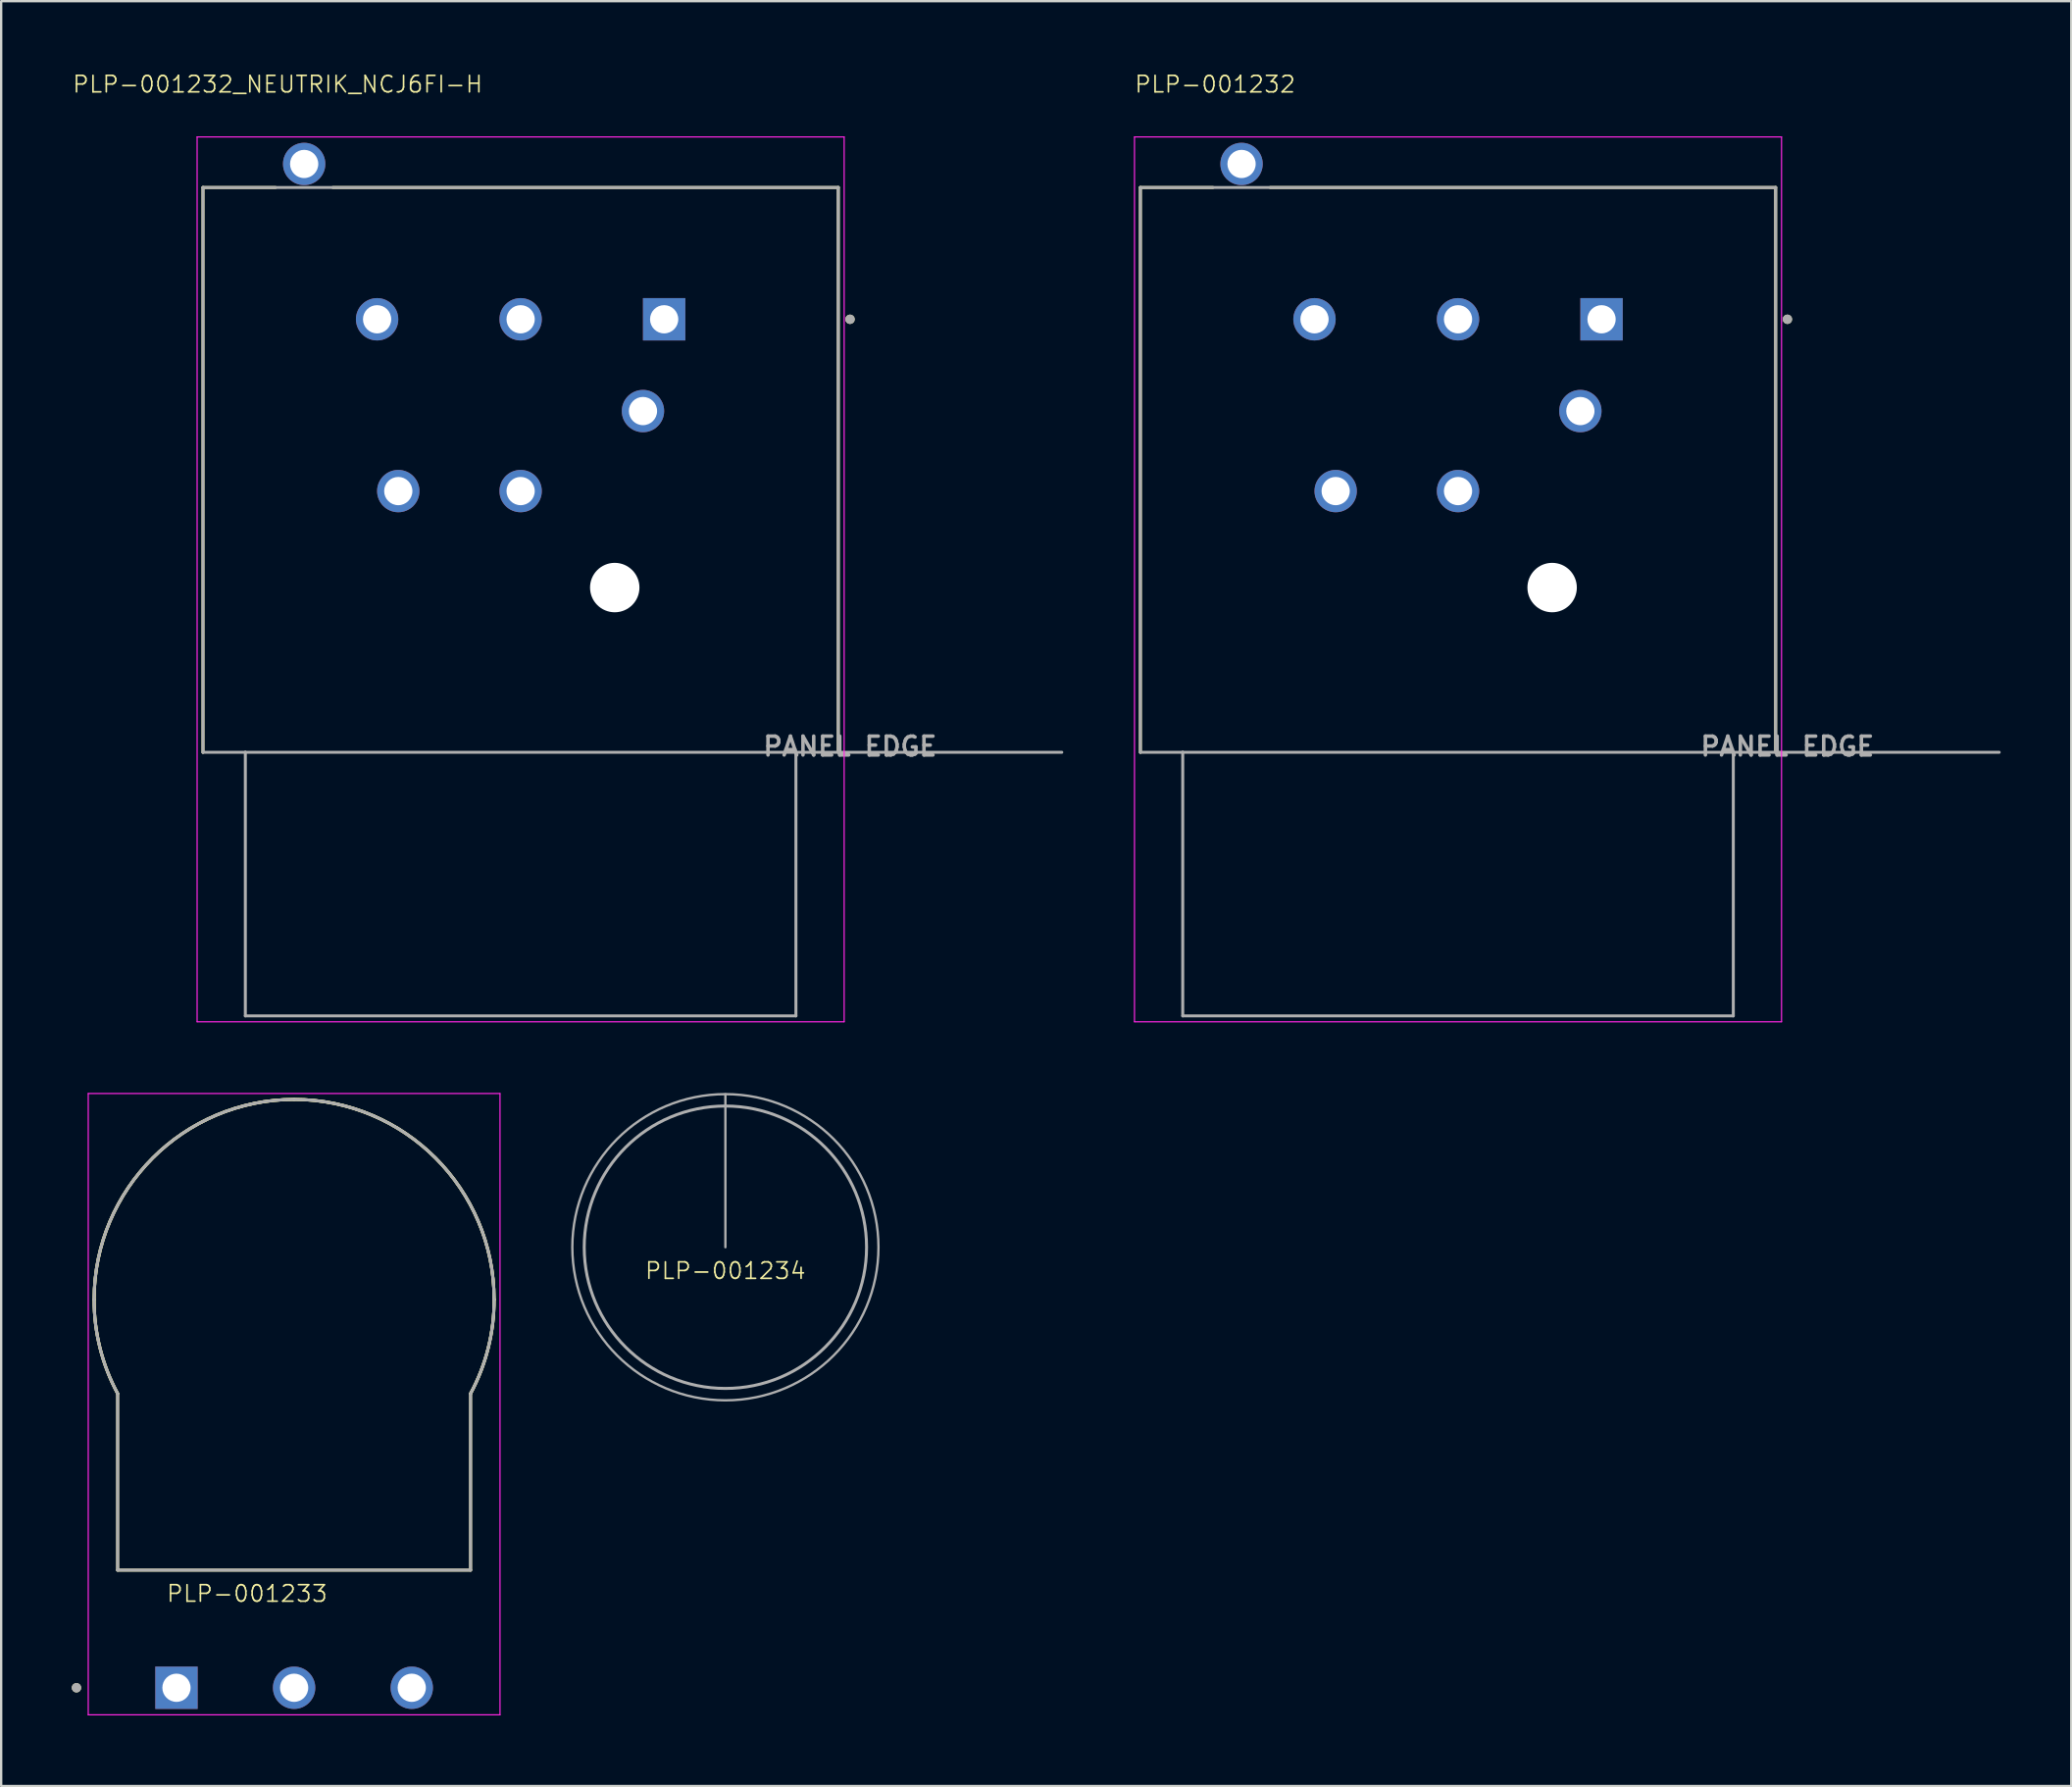
<source format=kicad_pcb>
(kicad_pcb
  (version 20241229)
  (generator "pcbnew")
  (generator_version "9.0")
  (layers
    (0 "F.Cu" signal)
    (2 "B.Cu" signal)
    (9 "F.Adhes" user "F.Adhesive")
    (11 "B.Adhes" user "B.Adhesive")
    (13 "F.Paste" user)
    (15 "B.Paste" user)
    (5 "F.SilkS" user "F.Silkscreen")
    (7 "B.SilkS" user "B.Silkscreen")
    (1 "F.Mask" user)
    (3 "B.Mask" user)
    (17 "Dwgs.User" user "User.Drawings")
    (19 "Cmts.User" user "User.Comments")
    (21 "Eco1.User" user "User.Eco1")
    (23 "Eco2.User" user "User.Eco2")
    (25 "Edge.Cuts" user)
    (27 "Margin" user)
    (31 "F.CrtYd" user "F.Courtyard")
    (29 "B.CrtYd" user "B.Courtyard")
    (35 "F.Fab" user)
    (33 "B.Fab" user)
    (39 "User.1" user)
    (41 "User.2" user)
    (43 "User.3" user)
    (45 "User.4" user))
  (footprint "PLP-001232_NEUTRIK_NCJ6FI-H"
    (layer "F.Cu")
    (at 19.077 28.917)
    (property "Reference" "PLP-001232_NEUTRIK_NCJ6FI-H" (at -10.325 -28.385 0) (layer "F.SilkS") (effects (font (size 0.7 0.7) (thickness 0.07))))
    (attr through_hole)
    (fp_line (start -13.5 -24) (end -10.42 -24) (stroke (width 0.127) (type solid)) (layer "F.SilkS"))
    (fp_line (start -13.5 0) (end -13.5 -24) (stroke (width 0.127) (type solid)) (layer "F.SilkS"))
    (fp_line (start -7.98 -24) (end 13.5 -24) (stroke (width 0.127) (type solid)) (layer "F.SilkS"))
    (fp_line (start 13.5 -24) (end 13.5 0) (stroke (width 0.127) (type solid)) (layer "F.SilkS"))
    (fp_circle (center 14 -18.4) (end 14.1 -18.4) (stroke (width 0.2) (type solid)) (fill no) (layer "F.SilkS"))
    (fp_line (start -13.75 -26.15) (end -13.75 11.45) (stroke (width 0.05) (type solid)) (layer "F.CrtYd"))
    (fp_line (start -13.75 11.45) (end 13.75 11.45) (stroke (width 0.05) (type solid)) (layer "F.CrtYd"))
    (fp_line (start 13.75 -26.15) (end -13.75 -26.15) (stroke (width 0.05) (type solid)) (layer "F.CrtYd"))
    (fp_line (start 13.75 11.45) (end 13.75 -26.15) (stroke (width 0.05) (type solid)) (layer "F.CrtYd"))
    (fp_line (start -13.5 -24) (end 13.5 -24) (stroke (width 0.127) (type solid)) (layer "F.Fab"))
    (fp_line (start -13.5 0) (end -13.5 -24) (stroke (width 0.127) (type solid)) (layer "F.Fab"))
    (fp_line (start -13.5 0) (end -11.7 0) (stroke (width 0.127) (type solid)) (layer "F.Fab"))
    (fp_line (start -11.7 0) (end -11.7 11.2) (stroke (width 0.127) (type solid)) (layer "F.Fab"))
    (fp_line (start -11.7 0) (end 11.7 0) (stroke (width 0.127) (type solid)) (layer "F.Fab"))
    (fp_line (start 11.7 0) (end 11.7 11.2) (stroke (width 0.127) (type solid)) (layer "F.Fab"))
    (fp_line (start 11.7 0) (end 13.5 0) (stroke (width 0.127) (type solid)) (layer "F.Fab"))
    (fp_line (start 11.7 11.2) (end -11.7 11.2) (stroke (width 0.127) (type solid)) (layer "F.Fab"))
    (fp_line (start 13.5 -24) (end 13.5 0) (stroke (width 0.127) (type solid)) (layer "F.Fab"))
    (fp_line (start 13.5 0) (end 23 0) (stroke (width 0.127) (type solid)) (layer "F.Fab"))
    (fp_circle (center 14 -18.4) (end 14.1 -18.4) (stroke (width 0.2) (type solid)) (fill no) (layer "F.Fab"))
    (fp_text user "PANEL EDGE" (at 14 -0.25 0) (layer "F.Fab") (effects (font (size 0.8 0.8) (thickness 0.15))))
    (pad "" np_thru_hole circle (at 4 -7) (size 2.1 2.1) (drill 2.1) (layers "*.Cu" "*.Mask"))
    (pad "1" thru_hole rect (at 6.1 -18.4) (size 1.8 1.8) (drill 1.2) (layers "*.Cu" "*.Mask"))
    (pad "2" thru_hole circle (at -6.1 -18.4) (size 1.8 1.8) (drill 1.2) (layers "*.Cu" "*.Mask"))
    (pad "3" thru_hole circle (at 0 -18.4) (size 1.8 1.8) (drill 1.2) (layers "*.Cu" "*.Mask"))
    (pad "G" thru_hole circle (at 0 -11.1) (size 1.8 1.8) (drill 1.2) (layers "*.Cu" "*.Mask"))
    (pad "R" thru_hole circle (at 5.2 -14.5) (size 1.8 1.8) (drill 1.2) (layers "*.Cu" "*.Mask"))
    (pad "S" thru_hole circle (at -5.2 -11.1) (size 1.8 1.8) (drill 1.2) (layers "*.Cu" "*.Mask"))
    (pad "T" thru_hole circle (at -9.2 -25) (size 1.8 1.8) (drill 1.2) (layers "*.Cu" "*.Mask")))
  (footprint "PLP-001234"
    (layer "F.Cu")
    (at 27.78 49.948)
    (property "Reference" "PLP-001234" (at 0 1 0) (layer "F.SilkS") (effects (font (size 0.7 0.7) (thickness 0.07))))
    (attr through_hole exclude_from_pos_files)
    (fp_line (start 0 -6.5) (end -0.000001 -0.000001) (stroke (width 0.1) (type solid)) (layer "F.Fab"))
    (fp_arc (start -6.000001 -0.000001) (mid 5.999999 -0.000001) (end -6.000001 -0.000001) (stroke (width 0.127) (type solid)) (layer "F.Fab"))
    (fp_circle (center -0.000001 -0.000001) (end 5.73 -3.08) (stroke (width 0.1) (type default)) (fill no) (layer "F.Fab")))
  (footprint "PLP-001232"
    (layer "F.Cu")
    (at 58.917 28.917)
    (property "Reference" "PLP-001232" (at -10.325 -28.385 0) (layer "F.SilkS") (effects (font (size 0.7 0.7) (thickness 0.07))))
    (attr through_hole)
    (fp_line (start -13.5 -24) (end -10.42 -24) (stroke (width 0.127) (type solid)) (layer "F.SilkS"))
    (fp_line (start -13.5 0) (end -13.5 -24) (stroke (width 0.127) (type solid)) (layer "F.SilkS"))
    (fp_line (start -7.98 -24) (end 13.5 -24) (stroke (width 0.127) (type solid)) (layer "F.SilkS"))
    (fp_line (start 13.5 -24) (end 13.5 0) (stroke (width 0.127) (type solid)) (layer "F.SilkS"))
    (fp_circle (center 14 -18.4) (end 14.1 -18.4) (stroke (width 0.2) (type solid)) (fill no) (layer "F.SilkS"))
    (fp_line (start -13.75 -26.15) (end -13.75 11.45) (stroke (width 0.05) (type solid)) (layer "F.CrtYd"))
    (fp_line (start -13.75 11.45) (end 13.75 11.45) (stroke (width 0.05) (type solid)) (layer "F.CrtYd"))
    (fp_line (start 13.75 -26.15) (end -13.75 -26.15) (stroke (width 0.05) (type solid)) (layer "F.CrtYd"))
    (fp_line (start 13.75 11.45) (end 13.75 -26.15) (stroke (width 0.05) (type solid)) (layer "F.CrtYd"))
    (fp_line (start -13.5 -24) (end 13.5 -24) (stroke (width 0.127) (type solid)) (layer "F.Fab"))
    (fp_line (start -13.5 0) (end -13.5 -24) (stroke (width 0.127) (type solid)) (layer "F.Fab"))
    (fp_line (start -13.5 0) (end -11.7 0) (stroke (width 0.127) (type solid)) (layer "F.Fab"))
    (fp_line (start -11.7 0) (end -11.7 11.2) (stroke (width 0.127) (type solid)) (layer "F.Fab"))
    (fp_line (start -11.7 0) (end 11.7 0) (stroke (width 0.127) (type solid)) (layer "F.Fab"))
    (fp_line (start 11.7 0) (end 11.7 11.2) (stroke (width 0.127) (type solid)) (layer "F.Fab"))
    (fp_line (start 11.7 0) (end 13.5 0) (stroke (width 0.127) (type solid)) (layer "F.Fab"))
    (fp_line (start 11.7 11.2) (end -11.7 11.2) (stroke (width 0.127) (type solid)) (layer "F.Fab"))
    (fp_line (start 13.5 -24) (end 13.5 0) (stroke (width 0.127) (type solid)) (layer "F.Fab"))
    (fp_line (start 13.5 0) (end 23 0) (stroke (width 0.127) (type solid)) (layer "F.Fab"))
    (fp_circle (center 14 -18.4) (end 14.1 -18.4) (stroke (width 0.2) (type solid)) (fill no) (layer "F.Fab"))
    (fp_text user "PANEL EDGE" (at 14 -0.25 0) (layer "F.Fab") (effects (font (size 0.8 0.8) (thickness 0.15))))
    (pad "" np_thru_hole circle (at 4 -7) (size 2.1 2.1) (drill 2.1) (layers "*.Cu" "*.Mask"))
    (pad "1" thru_hole rect (at 6.1 -18.4) (size 1.8 1.8) (drill 1.2) (layers "*.Cu" "*.Mask"))
    (pad "2" thru_hole circle (at -6.1 -18.4) (size 1.8 1.8) (drill 1.2) (layers "*.Cu" "*.Mask"))
    (pad "3" thru_hole circle (at 0 -18.4) (size 1.8 1.8) (drill 1.2) (layers "*.Cu" "*.Mask"))
    (pad "G" thru_hole circle (at 0 -11.1) (size 1.8 1.8) (drill 1.2) (layers "*.Cu" "*.Mask"))
    (pad "R" thru_hole circle (at 5.2 -14.5) (size 1.8 1.8) (drill 1.2) (layers "*.Cu" "*.Mask"))
    (pad "S" thru_hole circle (at -5.2 -11.1) (size 1.8 1.8) (drill 1.2) (layers "*.Cu" "*.Mask"))
    (pad "T" thru_hole circle (at -9.2 -25) (size 1.8 1.8) (drill 1.2) (layers "*.Cu" "*.Mask")))
  (footprint "PLP-001233"
    (layer "F.Cu")
    (at 4.45 68.667)
    (property "Reference" "PLP-001233" (at 3 -4 0) (layer "F.SilkS") (effects (font (size 0.7 0.7) (thickness 0.07))))
    (attr through_hole)
    (fp_line (start -2.5 -12.5) (end -2.5 -5) (stroke (width 0.127) (type solid)) (layer "F.SilkS"))
    (fp_line (start -2.5 -5) (end 12.5 -5) (stroke (width 0.127) (type solid)) (layer "F.SilkS"))
    (fp_line (start 12.5 -5) (end 12.5 -12.5) (stroke (width 0.127) (type solid)) (layer "F.SilkS"))
    (fp_arc (start -3.5 -16.5) (mid -1.010408 -22.510408) (end 5 -25) (stroke (width 0.127) (type solid)) (layer "F.SilkS"))
    (fp_arc (start -3.5 -16.5) (mid -1.010408 -22.510408) (end 5 -25) (stroke (width 0.127) (type solid)) (layer "F.SilkS"))
    (fp_arc (start -2.5 -12.5) (mid -3.249999 -14.4375) (end -3.5 -16.5) (stroke (width 0.127) (type solid)) (layer "F.SilkS"))
    (fp_arc (start -2.5 -12.5) (mid -3.249999 -14.4375) (end -3.5 -16.5) (stroke (width 0.127) (type solid)) (layer "F.SilkS"))
    (fp_arc (start 5 -25) (mid 11.010408 -22.510408) (end 13.5 -16.5) (stroke (width 0.127) (type solid)) (layer "F.SilkS"))
    (fp_arc (start 5 -25) (mid 11.010408 -22.510408) (end 13.5 -16.5) (stroke (width 0.127) (type solid)) (layer "F.SilkS"))
    (fp_arc (start 13.5 -16.5) (mid 13.249999 -14.4375) (end 12.5 -12.5) (stroke (width 0.127) (type solid)) (layer "F.SilkS"))
    (fp_arc (start 13.5 -16.5) (mid 13.249999 -14.4375) (end 12.5 -12.5) (stroke (width 0.127) (type solid)) (layer "F.SilkS"))
    (fp_circle (center -4.25 0) (end -4.15 0) (stroke (width 0.2) (type solid)) (fill no) (layer "F.SilkS"))
    (fp_line (start -3.75 -25.25) (end -3.75 1.15) (stroke (width 0.05) (type solid)) (layer "F.CrtYd"))
    (fp_line (start -3.75 1.15) (end 13.75 1.15) (stroke (width 0.05) (type solid)) (layer "F.CrtYd"))
    (fp_line (start 13.75 -25.25) (end -3.75 -25.25) (stroke (width 0.05) (type solid)) (layer "F.CrtYd"))
    (fp_line (start 13.75 1.15) (end 13.75 -25.25) (stroke (width 0.05) (type solid)) (layer "F.CrtYd"))
    (fp_line (start -2.5 -12.5) (end -2.5 -5) (stroke (width 0.127) (type solid)) (layer "F.Fab"))
    (fp_line (start -2.5 -5) (end 12.5 -5) (stroke (width 0.127) (type solid)) (layer "F.Fab"))
    (fp_line (start 12.5 -5) (end 12.5 -12.5) (stroke (width 0.127) (type solid)) (layer "F.Fab"))
    (fp_arc (start -3.5 -16.5) (mid -1.010408 -22.510408) (end 5 -25) (stroke (width 0.127) (type solid)) (layer "F.Fab"))
    (fp_arc (start -2.5 -12.5) (mid -3.249999 -14.4375) (end -3.5 -16.5) (stroke (width 0.127) (type solid)) (layer "F.Fab"))
    (fp_arc (start 5 -25) (mid 11.010408 -22.510408) (end 13.5 -16.5) (stroke (width 0.127) (type solid)) (layer "F.Fab"))
    (fp_arc (start 13.5 -16.5) (mid 13.249999 -14.4375) (end 12.5 -12.5) (stroke (width 0.127) (type solid)) (layer "F.Fab"))
    (fp_circle (center -4.25 0) (end -4.15 0) (stroke (width 0.2) (type solid)) (fill no) (layer "F.Fab"))
    (pad "1" thru_hole rect (at 0 0) (size 1.8 1.8) (drill 1.2) (layers "*.Cu" "*.Mask"))
    (pad "2" thru_hole circle (at 5 0) (size 1.8 1.8) (drill 1.2) (layers "*.Cu" "*.Mask"))
    (pad "3" thru_hole circle (at 10 0) (size 1.8 1.8) (drill 1.2) (layers "*.Cu" "*.Mask")))
  (gr_rect
    (start -3 -3)
    (end 84.98 72.842)
    (stroke (width 0.1) (type default))
    (fill no)
    (layer "Edge.Cuts")))
</source>
